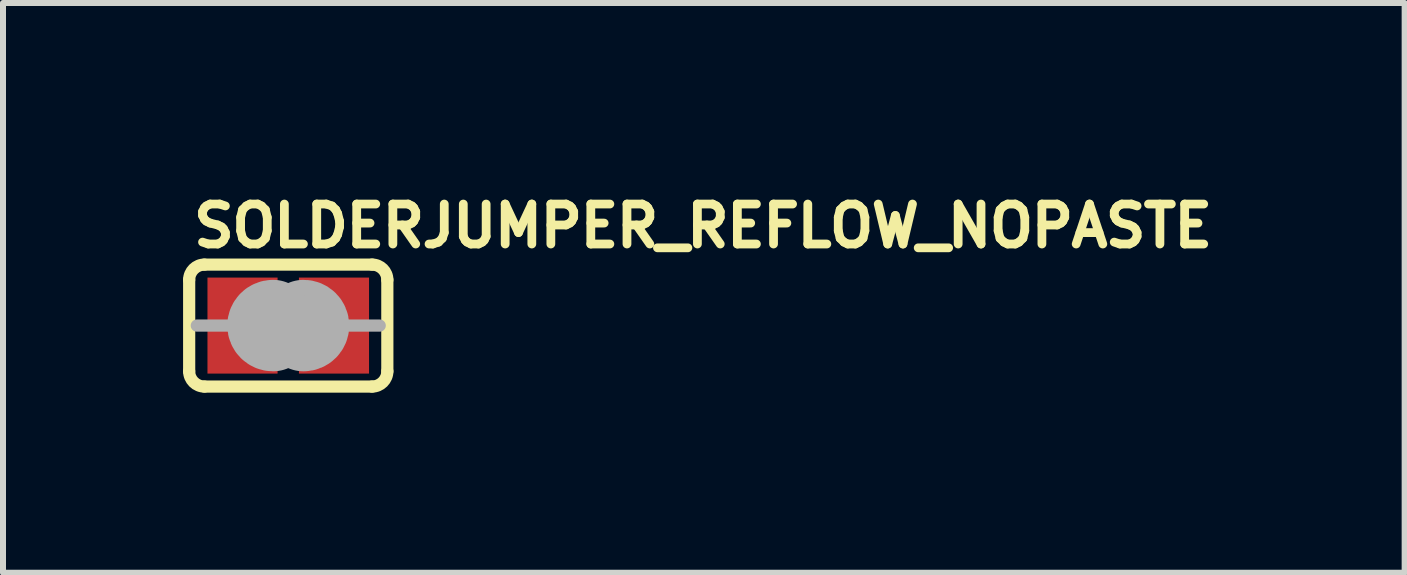
<source format=kicad_pcb>
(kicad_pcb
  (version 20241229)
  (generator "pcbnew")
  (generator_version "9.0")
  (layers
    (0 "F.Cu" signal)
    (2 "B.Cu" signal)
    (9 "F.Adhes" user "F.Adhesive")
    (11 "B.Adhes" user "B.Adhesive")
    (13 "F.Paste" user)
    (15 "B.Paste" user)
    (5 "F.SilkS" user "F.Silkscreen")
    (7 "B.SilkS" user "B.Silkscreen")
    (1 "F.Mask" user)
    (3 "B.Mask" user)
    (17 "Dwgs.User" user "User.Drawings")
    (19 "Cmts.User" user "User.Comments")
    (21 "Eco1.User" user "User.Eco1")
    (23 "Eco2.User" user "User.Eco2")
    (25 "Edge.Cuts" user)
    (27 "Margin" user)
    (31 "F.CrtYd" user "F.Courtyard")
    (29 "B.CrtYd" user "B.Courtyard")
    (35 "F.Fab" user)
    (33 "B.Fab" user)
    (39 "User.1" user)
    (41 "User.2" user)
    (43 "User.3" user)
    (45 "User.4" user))
  (footprint "SOLDERJUMPER_REFLOW_NOPASTE"
    (layer "F.Cu")
    (at 1.753 2.375)
    (property "Reference" "SOLDERJUMPER_REFLOW_NOPASTE" (at -1.651 -1.27 0) (layer "F.SilkS") (effects (font (size 0.666 0.666) (thickness 0.146)) (justify left bottom)))
    (fp_poly (pts (xy -0.076 0.914) (xy 0.076 0.914) (xy 0.076 -0.914) (xy -0.076 -0.914)) (stroke (width 0) (type solid)) (fill yes) (layer "F.Mask"))
    (fp_line (start -1.651 0.762) (end -1.651 -0.762) (stroke (width 0.203) (type solid)) (layer "F.SilkS"))
    (fp_line (start -1.397 -1.016) (end 1.397 -1.016) (stroke (width 0.203) (type solid)) (layer "F.SilkS"))
    (fp_line (start 1.397 1.016) (end -1.397 1.016) (stroke (width 0.203) (type solid)) (layer "F.SilkS"))
    (fp_line (start 1.651 0.762) (end 1.651 -0.762) (stroke (width 0.203) (type solid)) (layer "F.SilkS"))
    (fp_arc (start -1.651 -0.762) (mid -1.576605 -0.941605) (end -1.397 -1.016) (stroke (width 0.2032) (type solid)) (layer "F.SilkS"))
    (fp_arc (start -1.397 1.016) (mid -1.576605 0.941605) (end -1.651 0.762) (stroke (width 0.2032) (type solid)) (layer "F.SilkS"))
    (fp_arc (start 1.397 -1.016) (mid 1.576605 -0.941605) (end 1.651 -0.762) (stroke (width 0.2032) (type solid)) (layer "F.SilkS"))
    (fp_arc (start 1.651 0.762) (mid 1.576605 0.941605) (end 1.397 1.016) (stroke (width 0.2032) (type solid)) (layer "F.SilkS"))
    (fp_line (start -1.016 0) (end -1.524 0) (stroke (width 0.203) (type solid)) (layer "F.Fab"))
    (fp_line (start 1.016 0) (end 1.524 0) (stroke (width 0.203) (type solid)) (layer "F.Fab"))
    (fp_arc (start -0.254 0.127) (mid -0.381 0) (end -0.254 -0.127) (stroke (width 1.27) (type solid)) (layer "F.Fab"))
    (fp_arc (start 0.254 -0.127) (mid 0.381 0) (end 0.254 0.127) (stroke (width 1.27) (type solid)) (layer "F.Fab"))
    (pad "1" smd rect (at -0.762 0) (size 1.168 1.6) (layers "F.Cu" "F.Mask"))
    (pad "2" smd rect (at 0.762 0) (size 1.168 1.6) (layers "F.Cu" "F.Mask")))
  (gr_rect
    (start -3 -3)
    (end 20.355 6.493)
    (stroke (width 0.1) (type default))
    (fill no)
    (layer "Edge.Cuts")))
</source>
